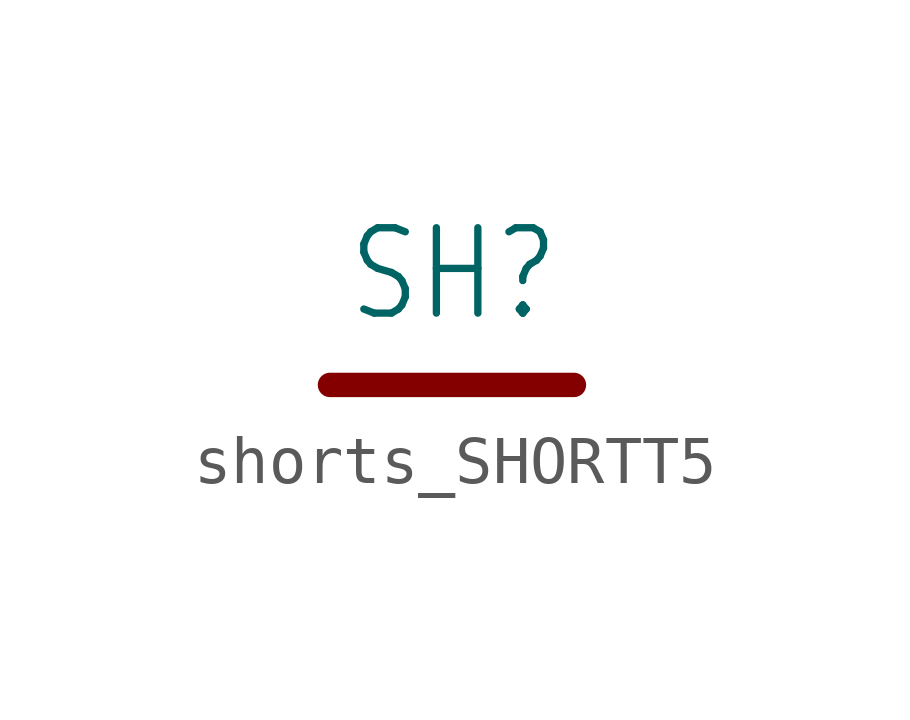
<source format=kicad_sym>
(kicad_symbol_lib
  (version 20241209)
  (generator "kicad_symbol_editor")
  (generator_version "9.0")
  (symbol "shorts_SHORTT5"
    (property "Reference" "SH"
      (at -2.223 1.27 0)
      (effects (font (size 1.778 1.511)) (justify left bottom)))
    (property "ki_locked" ""
      (at 0 0 0)
      (effects (font (size 1.27 1.27))))
    (symbol "shorts_SHORTT5_1_0"
      (polyline (pts (xy -2.54 0) (xy 2.54 0)) (stroke (width 0.508) (type solid)) (fill (type none)))
      (pin bidirectional line (at -2.54 0 0) (length 0) (name "P$1" (effects (font (size 0 0)))) (number "1" (effects (font (size 0 0)))))
      (pin bidirectional line (at 2.54 0 0) (length 0) (name "P$2" (effects (font (size 0 0)))) (number "2" (effects (font (size 0 0))))))))
</source>
